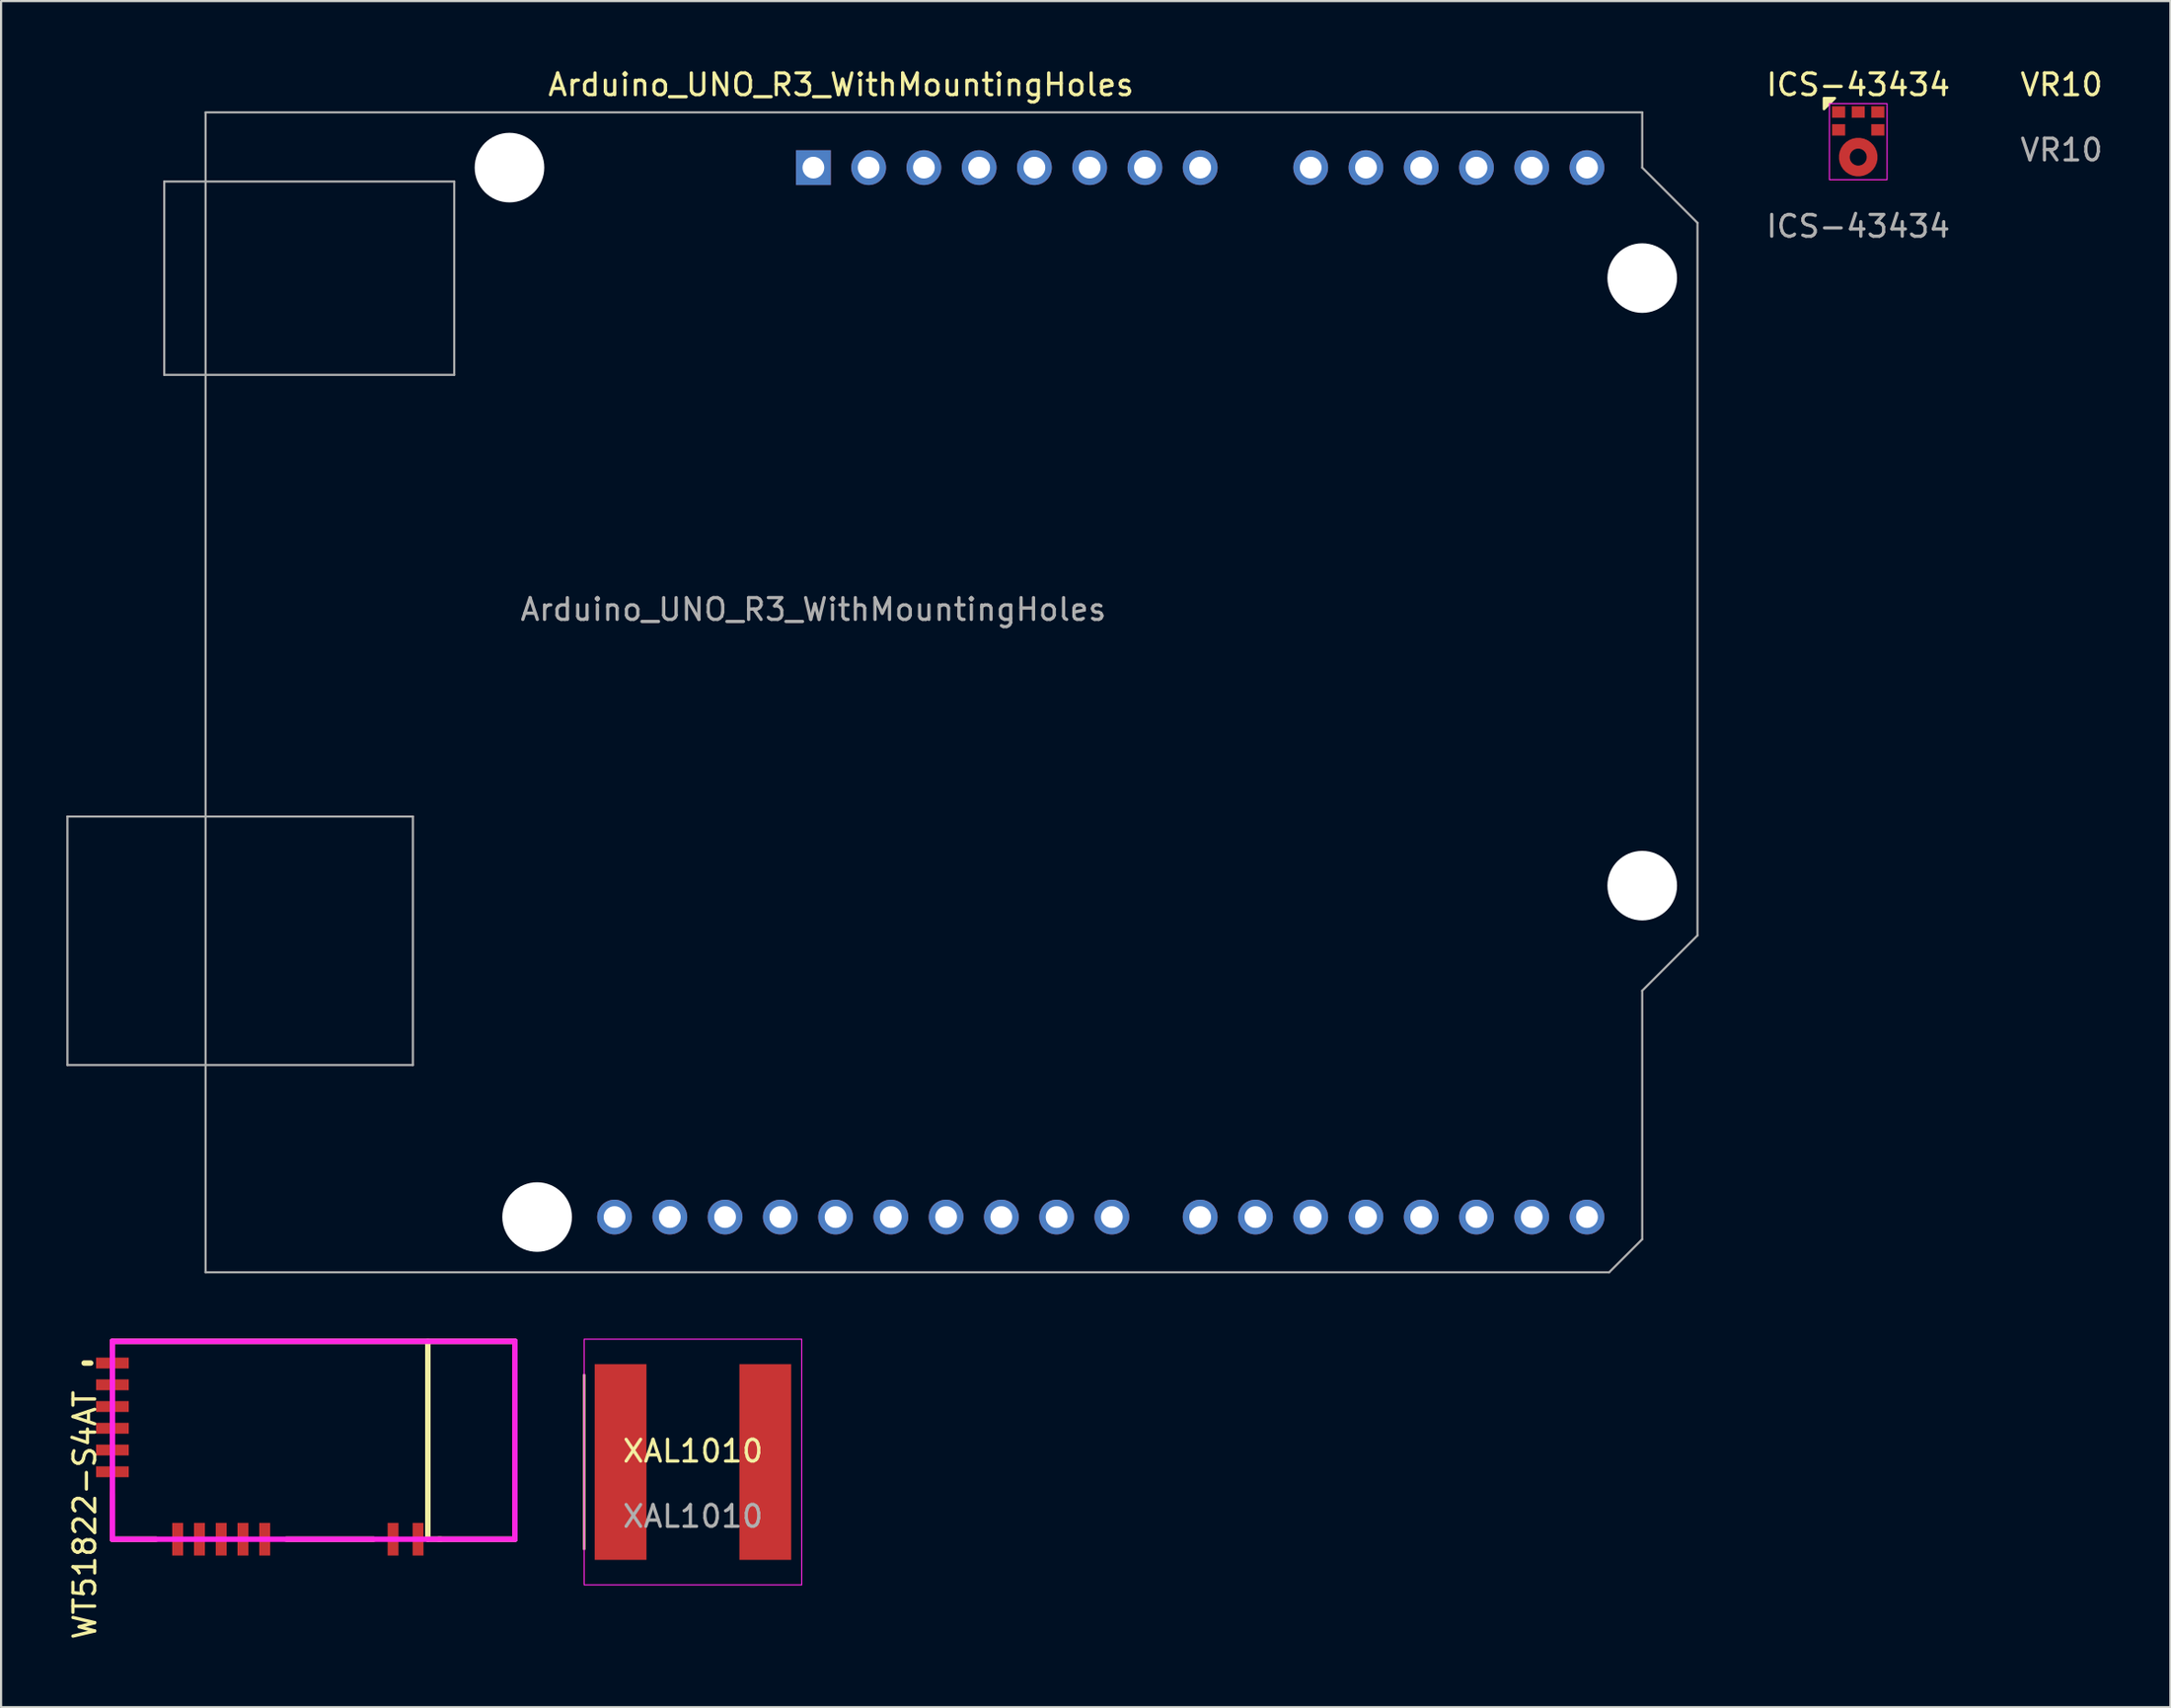
<source format=kicad_pcb>
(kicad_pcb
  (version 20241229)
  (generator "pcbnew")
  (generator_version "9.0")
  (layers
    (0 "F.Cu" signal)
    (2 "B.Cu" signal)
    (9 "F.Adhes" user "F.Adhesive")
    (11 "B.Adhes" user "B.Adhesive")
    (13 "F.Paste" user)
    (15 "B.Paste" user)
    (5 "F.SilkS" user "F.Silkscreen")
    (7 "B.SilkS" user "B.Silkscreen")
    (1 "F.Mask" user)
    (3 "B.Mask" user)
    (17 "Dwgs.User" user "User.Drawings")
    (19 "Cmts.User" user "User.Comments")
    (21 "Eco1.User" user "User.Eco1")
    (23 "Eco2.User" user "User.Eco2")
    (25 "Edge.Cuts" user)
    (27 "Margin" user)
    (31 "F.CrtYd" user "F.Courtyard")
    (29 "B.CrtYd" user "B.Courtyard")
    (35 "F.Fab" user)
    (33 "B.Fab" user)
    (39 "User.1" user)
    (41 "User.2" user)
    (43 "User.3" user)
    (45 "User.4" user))
  (footprint "VR10"
    (layer "F.Cu")
    (at 91.715 1.348)
    (property "Reference" "VR10" (at 0 -0.5 0) (unlocked yes) (layer "F.SilkS") (effects (font (size 1 1) (thickness 0.15))))
    (attr through_hole)
    (fp_text user "${REFERENCE}" (at 0 2.5 0) (unlocked yes) (layer "F.Fab") (effects (font (size 1 1) (thickness 0.15)))))
  (footprint "ICS-43434"
    (layer "F.Cu")
    (at 81.044 1.714)
    (property "Reference" "ICS-43434" (at 1.325 -0.866 0) (unlocked yes) (layer "F.SilkS") (effects (font (size 1 1) (thickness 0.15))))
    (attr smd)
    (fp_poly (pts (xy -0.25 0.25) (xy -0.25 -0.25) (xy 0.25 -0.25)) (stroke (width 0.12) (type solid)) (fill yes) (layer "F.SilkS"))
    (fp_rect (start 0 0) (end 2.65 3.5) (stroke (width 0.05) (type solid)) (fill no) (layer "F.CrtYd"))
    (fp_text user "${REFERENCE}" (at 1.325 5.642 0) (unlocked yes) (layer "F.Fab") (effects (font (size 1 1) (thickness 0.15))))
    (pad "1" smd rect (at 0.425 0.386) (size 0.6 0.522) (layers "F.Cu" "F.Mask" "F.Paste"))
    (pad "2" smd rect (at 0.425 1.208) (size 0.6 0.522) (layers "F.Cu" "F.Mask" "F.Paste"))
    (pad "3" smd custom (at 1.325 3.098 90) (size 0.4 0.4) (layers "F.Cu" "F.Mask" "F.Paste") (options (anchor rect)) (primitives (gr_circle (center 0.637 0) (end 1.275 0) (width 0.5) (fill no))))
    (pad "4" smd rect (at 2.225 1.208) (size 0.6 0.522) (layers "F.Cu" "F.Mask" "F.Paste"))
    (pad "5" smd rect (at 2.225 0.386) (size 0.6 0.522) (layers "F.Cu" "F.Mask" "F.Paste"))
    (pad "6" smd rect (at 1.325 0.386) (size 0.6 0.522) (layers "F.Cu" "F.Mask" "F.Paste")))
  (footprint "WT51822-S4AT"
    (layer "F.Cu")
    (at 2.118 59.633)
    (property "Reference" "WT51822-S4AT" (at -1.27 6.985 270) (layer "F.SilkS") (effects (font (size 1 1) (thickness 0.15))))
    (attr smd)
    (fp_line (start -1 0) (end -1.3 0) (stroke (width 0.25) (type solid)) (layer "F.SilkS"))
    (fp_line (start 0 -1) (end 0 -0.6) (stroke (width 0.25) (type solid)) (layer "F.SilkS"))
    (fp_line (start 0 -1) (end 18.5 -1) (stroke (width 0.25) (type solid)) (layer "F.SilkS"))
    (fp_line (start 0 8.1) (end 0 6) (stroke (width 0.25) (type solid)) (layer "F.SilkS"))
    (fp_line (start 2 8.1) (end 0 8.1) (stroke (width 0.25) (type solid)) (layer "F.SilkS"))
    (fp_line (start 12 8.1) (end 8 8.1) (stroke (width 0.25) (type solid)) (layer "F.SilkS"))
    (fp_line (start 14.5 7.5) (end 14.5 -1) (stroke (width 0.25) (type solid)) (layer "F.SilkS"))
    (fp_line (start 14.5 7.5) (end 14.5 8.1) (stroke (width 0.25) (type solid)) (layer "F.SilkS"))
    (fp_line (start 14.5 8.1) (end 15.1 8.1) (stroke (width 0.25) (type solid)) (layer "F.SilkS"))
    (fp_line (start 18.5 -1) (end 18.5 8.1) (stroke (width 0.25) (type solid)) (layer "F.SilkS"))
    (fp_line (start 18.5 8.1) (end 15 8.1) (stroke (width 0.25) (type solid)) (layer "F.SilkS"))
    (fp_line (start 0 -1) (end 18.5 -1) (stroke (width 0.25) (type solid)) (layer "F.CrtYd"))
    (fp_line (start 0 8.1) (end 0 -1) (stroke (width 0.25) (type solid)) (layer "F.CrtYd"))
    (fp_line (start 18.5 -1) (end 18.5 8.1) (stroke (width 0.25) (type solid)) (layer "F.CrtYd"))
    (fp_line (start 18.5 8.1) (end 0 8.1) (stroke (width 0.25) (type solid)) (layer "F.CrtYd"))
    (pad "1" smd rect (at 0 0) (size 1.5 0.5) (layers "F.Cu" "F.Mask" "F.Paste"))
    (pad "2" smd rect (at 0 1) (size 1.5 0.5) (layers "F.Cu" "F.Mask" "F.Paste"))
    (pad "3" smd rect (at 0 2) (size 1.5 0.5) (layers "F.Cu" "F.Mask" "F.Paste"))
    (pad "4" smd rect (at 0 3) (size 1.5 0.5) (layers "F.Cu" "F.Mask" "F.Paste"))
    (pad "5" smd rect (at 0 4) (size 1.5 0.5) (layers "F.Cu" "F.Mask" "F.Paste"))
    (pad "6" smd rect (at 0 5) (size 1.5 0.5) (layers "F.Cu" "F.Mask" "F.Paste"))
    (pad "7" smd rect (at 3 8.1 90) (size 1.5 0.5) (layers "F.Cu" "F.Mask" "F.Paste"))
    (pad "8" smd rect (at 4 8.1 90) (size 1.5 0.5) (layers "F.Cu" "F.Mask" "F.Paste"))
    (pad "9" smd rect (at 5 8.1 90) (size 1.5 0.5) (layers "F.Cu" "F.Mask" "F.Paste"))
    (pad "10" smd rect (at 6 8.1 90) (size 1.5 0.5) (layers "F.Cu" "F.Mask" "F.Paste"))
    (pad "11" smd rect (at 7 8.1 90) (size 1.5 0.5) (layers "F.Cu" "F.Mask" "F.Paste"))
    (pad "12" smd rect (at 12.9 8.1 90) (size 1.5 0.5) (layers "F.Cu" "F.Mask" "F.Paste"))
    (pad "13" smd rect (at 14.05 8.1 90) (size 1.5 0.5) (layers "F.Cu" "F.Mask" "F.Paste")))
  (footprint "XAL1010"
    (layer "F.Cu")
    (at 28.803 64.183)
    (property "Reference" "XAL1010" (at 0 -0.5 0) (unlocked yes) (layer "F.SilkS") (effects (font (size 1 1) (thickness 0.15))))
    (attr smd)
    (fp_line (start -5 -4) (end -5 4) (stroke (width 0.12) (type solid)) (layer "F.SilkS"))
    (fp_rect (start -5 5.65) (end 5 -5.65) (stroke (width 0.05) (type solid)) (fill no) (layer "F.CrtYd"))
    (fp_text user "${REFERENCE}" (at 0 2.5 0) (unlocked yes) (layer "F.Fab") (effects (font (size 1 1) (thickness 0.15))))
    (pad "1" smd rect (at -3.325 0) (size 2.38 9) (layers "F.Cu" "F.Mask" "F.Paste"))
    (pad "2" smd rect (at 3.325 0) (size 2.38 9) (layers "F.Cu" "F.Mask" "F.Paste")))
  (footprint "Arduino_UNO_R3_WithMountingHoles"
    (layer "F.Cu")
    (at 34.34 4.658)
    (property "Reference" "Arduino_UNO_R3_WithMountingHoles" (at 1.27 -3.81 180) (layer "F.SilkS") (effects (font (size 1 1) (thickness 0.15))))
    (attr through_hole)
    (fp_line (start -34.29 29.84) (end -18.41 29.84) (stroke (width 0.1) (type solid)) (layer "F.Fab"))
    (fp_line (start -34.29 41.27) (end -34.29 29.84) (stroke (width 0.1) (type solid)) (layer "F.Fab"))
    (fp_line (start -29.84 0.64) (end -16.51 0.64) (stroke (width 0.1) (type solid)) (layer "F.Fab"))
    (fp_line (start -29.84 9.53) (end -29.84 0.64) (stroke (width 0.1) (type solid)) (layer "F.Fab"))
    (fp_line (start -27.94 -2.54) (end 38.1 -2.54) (stroke (width 0.1) (type solid)) (layer "F.Fab"))
    (fp_line (start -27.94 50.8) (end -27.94 -2.54) (stroke (width 0.1) (type solid)) (layer "F.Fab"))
    (fp_line (start -18.41 29.84) (end -18.41 41.27) (stroke (width 0.1) (type solid)) (layer "F.Fab"))
    (fp_line (start -18.41 41.27) (end -34.29 41.27) (stroke (width 0.1) (type solid)) (layer "F.Fab"))
    (fp_line (start -16.51 0.64) (end -16.51 9.53) (stroke (width 0.1) (type solid)) (layer "F.Fab"))
    (fp_line (start -16.51 9.53) (end -29.84 9.53) (stroke (width 0.1) (type solid)) (layer "F.Fab"))
    (fp_line (start 36.58 50.8) (end -27.94 50.8) (stroke (width 0.1) (type solid)) (layer "F.Fab"))
    (fp_line (start 38.1 -2.54) (end 38.1 0) (stroke (width 0.1) (type solid)) (layer "F.Fab"))
    (fp_line (start 38.1 0) (end 40.64 2.54) (stroke (width 0.1) (type solid)) (layer "F.Fab"))
    (fp_line (start 38.1 37.85) (end 38.1 49.28) (stroke (width 0.1) (type solid)) (layer "F.Fab"))
    (fp_line (start 38.1 49.28) (end 36.58 50.8) (stroke (width 0.1) (type solid)) (layer "F.Fab"))
    (fp_line (start 40.64 2.54) (end 40.64 35.31) (stroke (width 0.1) (type solid)) (layer "F.Fab"))
    (fp_line (start 40.64 35.31) (end 38.1 37.85) (stroke (width 0.1) (type solid)) (layer "F.Fab"))
    (fp_text user "${REFERENCE}" (at 0 20.32 180) (layer "F.Fab") (effects (font (size 1 1) (thickness 0.15))))
    (pad "" np_thru_hole circle (at -13.97 0 90) (size 3.2 3.2) (drill 3.2) (layers "*.Cu" "*.Mask"))
    (pad "" np_thru_hole circle (at -12.7 48.26 90) (size 3.2 3.2) (drill 3.2) (layers "*.Cu" "*.Mask"))
    (pad "" np_thru_hole circle (at 38.1 5.08 90) (size 3.2 3.2) (drill 3.2) (layers "*.Cu" "*.Mask"))
    (pad "" np_thru_hole circle (at 38.1 33.02 90) (size 3.2 3.2) (drill 3.2) (layers "*.Cu" "*.Mask"))
    (pad "1" thru_hole rect (at 0 0 90) (size 1.6 1.6) (drill 1) (layers "*.Cu" "*.Mask"))
    (pad "2" thru_hole oval (at 2.54 0 90) (size 1.6 1.6) (drill 1) (layers "*.Cu" "*.Mask"))
    (pad "3" thru_hole oval (at 5.08 0 90) (size 1.6 1.6) (drill 1) (layers "*.Cu" "*.Mask"))
    (pad "4" thru_hole oval (at 7.62 0 90) (size 1.6 1.6) (drill 1) (layers "*.Cu" "*.Mask"))
    (pad "5" thru_hole oval (at 10.16 0 90) (size 1.6 1.6) (drill 1) (layers "*.Cu" "*.Mask"))
    (pad "6" thru_hole oval (at 12.7 0 90) (size 1.6 1.6) (drill 1) (layers "*.Cu" "*.Mask"))
    (pad "7" thru_hole oval (at 15.24 0 90) (size 1.6 1.6) (drill 1) (layers "*.Cu" "*.Mask"))
    (pad "8" thru_hole oval (at 17.78 0 90) (size 1.6 1.6) (drill 1) (layers "*.Cu" "*.Mask"))
    (pad "9" thru_hole oval (at 22.86 0 90) (size 1.6 1.6) (drill 1) (layers "*.Cu" "*.Mask"))
    (pad "10" thru_hole oval (at 25.4 0 90) (size 1.6 1.6) (drill 1) (layers "*.Cu" "*.Mask"))
    (pad "11" thru_hole oval (at 27.94 0 90) (size 1.6 1.6) (drill 1) (layers "*.Cu" "*.Mask"))
    (pad "12" thru_hole oval (at 30.48 0 90) (size 1.6 1.6) (drill 1) (layers "*.Cu" "*.Mask"))
    (pad "13" thru_hole oval (at 33.02 0 90) (size 1.6 1.6) (drill 1) (layers "*.Cu" "*.Mask"))
    (pad "14" thru_hole oval (at 35.56 0 90) (size 1.6 1.6) (drill 1) (layers "*.Cu" "*.Mask"))
    (pad "15" thru_hole oval (at 35.56 48.26 90) (size 1.6 1.6) (drill 1) (layers "*.Cu" "*.Mask"))
    (pad "16" thru_hole oval (at 33.02 48.26 90) (size 1.6 1.6) (drill 1) (layers "*.Cu" "*.Mask"))
    (pad "17" thru_hole oval (at 30.48 48.26 90) (size 1.6 1.6) (drill 1) (layers "*.Cu" "*.Mask"))
    (pad "18" thru_hole oval (at 27.94 48.26 90) (size 1.6 1.6) (drill 1) (layers "*.Cu" "*.Mask"))
    (pad "19" thru_hole oval (at 25.4 48.26 90) (size 1.6 1.6) (drill 1) (layers "*.Cu" "*.Mask"))
    (pad "20" thru_hole oval (at 22.86 48.26 90) (size 1.6 1.6) (drill 1) (layers "*.Cu" "*.Mask"))
    (pad "21" thru_hole oval (at 20.32 48.26 90) (size 1.6 1.6) (drill 1) (layers "*.Cu" "*.Mask"))
    (pad "22" thru_hole oval (at 17.78 48.26 90) (size 1.6 1.6) (drill 1) (layers "*.Cu" "*.Mask"))
    (pad "23" thru_hole oval (at 13.72 48.26 90) (size 1.6 1.6) (drill 1) (layers "*.Cu" "*.Mask"))
    (pad "24" thru_hole oval (at 11.18 48.26 90) (size 1.6 1.6) (drill 1) (layers "*.Cu" "*.Mask"))
    (pad "25" thru_hole oval (at 8.64 48.26 90) (size 1.6 1.6) (drill 1) (layers "*.Cu" "*.Mask"))
    (pad "26" thru_hole oval (at 6.1 48.26 90) (size 1.6 1.6) (drill 1) (layers "*.Cu" "*.Mask"))
    (pad "27" thru_hole oval (at 3.56 48.26 90) (size 1.6 1.6) (drill 1) (layers "*.Cu" "*.Mask"))
    (pad "28" thru_hole oval (at 1.02 48.26 90) (size 1.6 1.6) (drill 1) (layers "*.Cu" "*.Mask"))
    (pad "29" thru_hole oval (at -1.52 48.26 90) (size 1.6 1.6) (drill 1) (layers "*.Cu" "*.Mask"))
    (pad "30" thru_hole oval (at -4.06 48.26 90) (size 1.6 1.6) (drill 1) (layers "*.Cu" "*.Mask"))
    (pad "31" thru_hole oval (at -6.6 48.26 90) (size 1.6 1.6) (drill 1) (layers "*.Cu" "*.Mask"))
    (pad "32" thru_hole oval (at -9.14 48.26 90) (size 1.6 1.6) (drill 1) (layers "*.Cu" "*.Mask")))
  (gr_rect
    (start -3 -3)
    (end 96.72 75.458)
    (stroke (width 0.1) (type default))
    (fill no)
    (layer "Edge.Cuts")))
</source>
